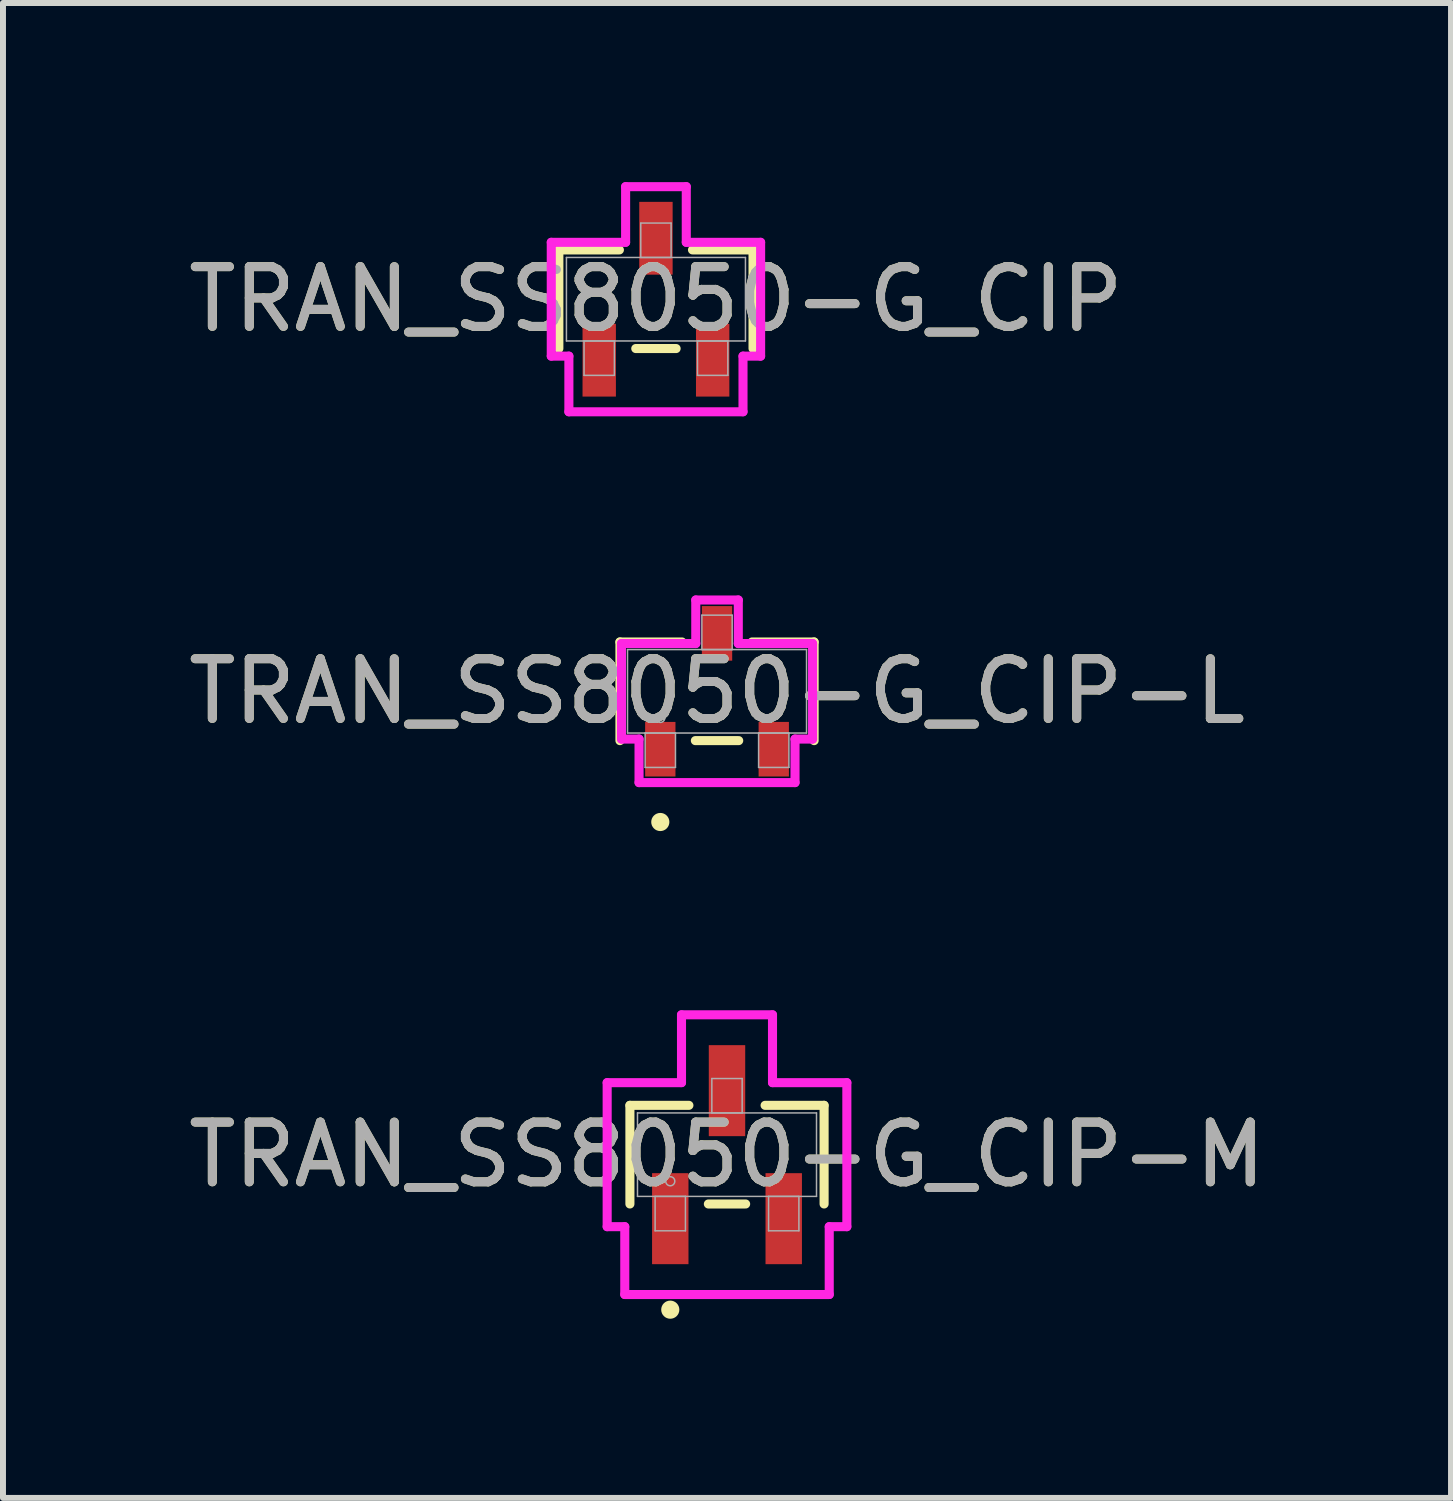
<source format=kicad_pcb>
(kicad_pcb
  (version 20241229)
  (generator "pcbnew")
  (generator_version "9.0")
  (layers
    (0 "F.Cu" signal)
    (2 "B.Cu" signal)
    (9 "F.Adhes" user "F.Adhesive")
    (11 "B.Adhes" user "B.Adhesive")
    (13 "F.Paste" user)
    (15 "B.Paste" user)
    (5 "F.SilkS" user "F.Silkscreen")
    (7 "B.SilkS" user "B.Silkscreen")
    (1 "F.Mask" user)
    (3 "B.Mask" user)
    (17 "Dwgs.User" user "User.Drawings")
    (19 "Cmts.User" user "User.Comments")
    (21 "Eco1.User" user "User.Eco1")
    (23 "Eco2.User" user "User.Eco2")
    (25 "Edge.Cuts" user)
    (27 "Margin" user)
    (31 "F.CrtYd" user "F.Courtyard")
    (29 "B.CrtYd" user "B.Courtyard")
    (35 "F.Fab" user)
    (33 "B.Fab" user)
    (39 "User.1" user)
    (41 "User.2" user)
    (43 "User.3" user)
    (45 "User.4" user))
  (footprint "TRAN_SS8050-G_CIP-L"
    (layer "F.Cu")
    (at 8.958 8.527)
    (property "Reference" "TRAN_SS8050-G_CIP-L" (at 0 0 0) (unlocked yes) (layer "F.SilkS") (effects (font (size 1 1) (thickness 0.15))))
    (attr smd)
    (fp_line (start -1.626 -0.826) (end -1.626 0.826) (stroke (width 0.152) (type solid)) (layer "F.SilkS"))
    (fp_line (start -0.587 -0.826) (end -1.626 -0.826) (stroke (width 0.152) (type solid)) (layer "F.SilkS"))
    (fp_line (start -0.363 0.826) (end 0.363 0.826) (stroke (width 0.152) (type solid)) (layer "F.SilkS"))
    (fp_line (start 1.626 -0.826) (end 0.587 -0.826) (stroke (width 0.152) (type solid)) (layer "F.SilkS"))
    (fp_line (start 1.626 0.826) (end 1.626 -0.826) (stroke (width 0.152) (type solid)) (layer "F.SilkS"))
    (fp_circle (center -0.95 2.189) (end -0.874 2.189) (stroke (width 0.152) (type solid)) (fill no) (layer "F.SilkS"))
    (fp_line (start -1.6 -0.8) (end -0.356 -0.8) (stroke (width 0.152) (type solid)) (layer "F.CrtYd"))
    (fp_line (start -1.6 0.8) (end -1.6 -0.8) (stroke (width 0.152) (type solid)) (layer "F.CrtYd"))
    (fp_line (start -1.6 0.8) (end -1.306 0.8) (stroke (width 0.152) (type solid)) (layer "F.CrtYd"))
    (fp_line (start -1.306 0.8) (end -1.306 1.529) (stroke (width 0.152) (type solid)) (layer "F.CrtYd"))
    (fp_line (start -1.306 1.529) (end 1.306 1.529) (stroke (width 0.152) (type solid)) (layer "F.CrtYd"))
    (fp_line (start -0.356 -1.529) (end 0.356 -1.529) (stroke (width 0.152) (type solid)) (layer "F.CrtYd"))
    (fp_line (start -0.356 -0.8) (end -0.356 -1.529) (stroke (width 0.152) (type solid)) (layer "F.CrtYd"))
    (fp_line (start 0.356 -0.8) (end 0.356 -1.529) (stroke (width 0.152) (type solid)) (layer "F.CrtYd"))
    (fp_line (start 1.306 0.8) (end 1.306 1.529) (stroke (width 0.152) (type solid)) (layer "F.CrtYd"))
    (fp_line (start 1.6 -0.8) (end 0.356 -0.8) (stroke (width 0.152) (type solid)) (layer "F.CrtYd"))
    (fp_line (start 1.6 -0.8) (end 1.6 0.8) (stroke (width 0.152) (type solid)) (layer "F.CrtYd"))
    (fp_line (start 1.6 0.8) (end 1.306 0.8) (stroke (width 0.152) (type solid)) (layer "F.CrtYd"))
    (fp_line (start -1.499 -0.699) (end -1.499 0.699) (stroke (width 0.025) (type solid)) (layer "F.Fab"))
    (fp_line (start -1.499 0.699) (end 1.499 0.699) (stroke (width 0.025) (type solid)) (layer "F.Fab"))
    (fp_line (start -1.204 0.699) (end -1.204 1.275) (stroke (width 0.025) (type solid)) (layer "F.Fab"))
    (fp_line (start -1.204 1.275) (end -0.696 1.275) (stroke (width 0.025) (type solid)) (layer "F.Fab"))
    (fp_line (start -0.696 0.699) (end -1.204 0.699) (stroke (width 0.025) (type solid)) (layer "F.Fab"))
    (fp_line (start -0.696 1.275) (end -0.696 0.699) (stroke (width 0.025) (type solid)) (layer "F.Fab"))
    (fp_line (start -0.254 -1.275) (end -0.254 -0.699) (stroke (width 0.025) (type solid)) (layer "F.Fab"))
    (fp_line (start -0.254 -0.699) (end 0.254 -0.699) (stroke (width 0.025) (type solid)) (layer "F.Fab"))
    (fp_line (start 0.254 -1.275) (end -0.254 -1.275) (stroke (width 0.025) (type solid)) (layer "F.Fab"))
    (fp_line (start 0.254 -0.699) (end 0.254 -1.275) (stroke (width 0.025) (type solid)) (layer "F.Fab"))
    (fp_line (start 0.696 0.699) (end 0.696 1.275) (stroke (width 0.025) (type solid)) (layer "F.Fab"))
    (fp_line (start 0.696 1.275) (end 1.204 1.275) (stroke (width 0.025) (type solid)) (layer "F.Fab"))
    (fp_line (start 1.204 0.699) (end 0.696 0.699) (stroke (width 0.025) (type solid)) (layer "F.Fab"))
    (fp_line (start 1.204 1.275) (end 1.204 0.699) (stroke (width 0.025) (type solid)) (layer "F.Fab"))
    (fp_line (start 1.499 -0.699) (end -1.499 -0.699) (stroke (width 0.025) (type solid)) (layer "F.Fab"))
    (fp_line (start 1.499 0.699) (end 1.499 -0.699) (stroke (width 0.025) (type solid)) (layer "F.Fab"))
    (fp_circle (center -0.95 0.445) (end -0.874 0.445) (stroke (width 0.025) (type solid)) (fill no) (layer "F.Fab"))
    (fp_text user "${REFERENCE}" (at 0 0 0) (unlocked yes) (layer "F.Fab") (effects (font (size 1 1) (thickness 0.15))))
    (pad "1" smd rect (at -0.95 0.97) (size 0.508 0.914) (layers "F.Cu" "F.Mask" "F.Paste"))
    (pad "2" smd rect (at 0.95 0.97) (size 0.508 0.914) (layers "F.Cu" "F.Mask" "F.Paste"))
    (pad "3" smd rect (at 0 -0.97) (size 0.508 0.914) (layers "F.Cu" "F.Mask" "F.Paste")))
  (footprint "TRAN_SS8050-G_CIP-M"
    (layer "F.Cu")
    (at 9.125 16.287)
    (property "Reference" "TRAN_SS8050-G_CIP-M" (at 0 0 0) (unlocked yes) (layer "F.SilkS") (effects (font (size 1 1) (thickness 0.15))))
    (attr smd)
    (fp_line (start -1.626 -0.826) (end -1.626 0.826) (stroke (width 0.152) (type solid)) (layer "F.SilkS"))
    (fp_line (start -0.638 -0.826) (end -1.626 -0.826) (stroke (width 0.152) (type solid)) (layer "F.SilkS"))
    (fp_line (start -0.312 0.826) (end 0.312 0.826) (stroke (width 0.152) (type solid)) (layer "F.SilkS"))
    (fp_line (start 1.626 -0.826) (end 0.638 -0.826) (stroke (width 0.152) (type solid)) (layer "F.SilkS"))
    (fp_line (start 1.626 0.826) (end 1.626 -0.826) (stroke (width 0.152) (type solid)) (layer "F.SilkS"))
    (fp_circle (center -0.95 2.596) (end -0.874 2.596) (stroke (width 0.152) (type solid)) (fill no) (layer "F.SilkS"))
    (fp_line (start -2.007 -1.206) (end -0.762 -1.206) (stroke (width 0.152) (type solid)) (layer "F.CrtYd"))
    (fp_line (start -2.007 1.206) (end -2.007 -1.206) (stroke (width 0.152) (type solid)) (layer "F.CrtYd"))
    (fp_line (start -2.007 1.206) (end -1.712 1.206) (stroke (width 0.152) (type solid)) (layer "F.CrtYd"))
    (fp_line (start -1.712 1.206) (end -1.712 2.342) (stroke (width 0.152) (type solid)) (layer "F.CrtYd"))
    (fp_line (start -1.712 2.342) (end 1.712 2.342) (stroke (width 0.152) (type solid)) (layer "F.CrtYd"))
    (fp_line (start -0.762 -2.342) (end 0.762 -2.342) (stroke (width 0.152) (type solid)) (layer "F.CrtYd"))
    (fp_line (start -0.762 -1.206) (end -0.762 -2.342) (stroke (width 0.152) (type solid)) (layer "F.CrtYd"))
    (fp_line (start 0.762 -1.206) (end 0.762 -2.342) (stroke (width 0.152) (type solid)) (layer "F.CrtYd"))
    (fp_line (start 1.712 1.206) (end 1.712 2.342) (stroke (width 0.152) (type solid)) (layer "F.CrtYd"))
    (fp_line (start 2.007 -1.206) (end 0.762 -1.206) (stroke (width 0.152) (type solid)) (layer "F.CrtYd"))
    (fp_line (start 2.007 -1.206) (end 2.007 1.206) (stroke (width 0.152) (type solid)) (layer "F.CrtYd"))
    (fp_line (start 2.007 1.206) (end 1.712 1.206) (stroke (width 0.152) (type solid)) (layer "F.CrtYd"))
    (fp_line (start -1.499 -0.699) (end -1.499 0.699) (stroke (width 0.025) (type solid)) (layer "F.Fab"))
    (fp_line (start -1.499 0.699) (end 1.499 0.699) (stroke (width 0.025) (type solid)) (layer "F.Fab"))
    (fp_line (start -1.204 0.699) (end -1.204 1.275) (stroke (width 0.025) (type solid)) (layer "F.Fab"))
    (fp_line (start -1.204 1.275) (end -0.696 1.275) (stroke (width 0.025) (type solid)) (layer "F.Fab"))
    (fp_line (start -0.696 0.699) (end -1.204 0.699) (stroke (width 0.025) (type solid)) (layer "F.Fab"))
    (fp_line (start -0.696 1.275) (end -0.696 0.699) (stroke (width 0.025) (type solid)) (layer "F.Fab"))
    (fp_line (start -0.254 -1.275) (end -0.254 -0.699) (stroke (width 0.025) (type solid)) (layer "F.Fab"))
    (fp_line (start -0.254 -0.699) (end 0.254 -0.699) (stroke (width 0.025) (type solid)) (layer "F.Fab"))
    (fp_line (start 0.254 -1.275) (end -0.254 -1.275) (stroke (width 0.025) (type solid)) (layer "F.Fab"))
    (fp_line (start 0.254 -0.699) (end 0.254 -1.275) (stroke (width 0.025) (type solid)) (layer "F.Fab"))
    (fp_line (start 0.696 0.699) (end 0.696 1.275) (stroke (width 0.025) (type solid)) (layer "F.Fab"))
    (fp_line (start 0.696 1.275) (end 1.204 1.275) (stroke (width 0.025) (type solid)) (layer "F.Fab"))
    (fp_line (start 1.204 0.699) (end 0.696 0.699) (stroke (width 0.025) (type solid)) (layer "F.Fab"))
    (fp_line (start 1.204 1.275) (end 1.204 0.699) (stroke (width 0.025) (type solid)) (layer "F.Fab"))
    (fp_line (start 1.499 -0.699) (end -1.499 -0.699) (stroke (width 0.025) (type solid)) (layer "F.Fab"))
    (fp_line (start 1.499 0.699) (end 1.499 -0.699) (stroke (width 0.025) (type solid)) (layer "F.Fab"))
    (fp_circle (center -0.95 0.445) (end -0.874 0.445) (stroke (width 0.025) (type solid)) (fill no) (layer "F.Fab"))
    (fp_text user "${REFERENCE}" (at 0 0 0) (unlocked yes) (layer "F.Fab") (effects (font (size 1 1) (thickness 0.15))))
    (pad "1" smd rect (at -0.95 1.072) (size 0.61 1.524) (layers "F.Cu" "F.Mask" "F.Paste"))
    (pad "2" smd rect (at 0.95 1.072) (size 0.61 1.524) (layers "F.Cu" "F.Mask" "F.Paste"))
    (pad "3" smd rect (at 0 -1.072) (size 0.61 1.524) (layers "F.Cu" "F.Mask" "F.Paste")))
  (footprint "TRAN_SS8050-G_CIP"
    (layer "F.Cu")
    (at 7.935 1.961)
    (property "Reference" "TRAN_SS8050-G_CIP" (at 0 0 0) (unlocked yes) (layer "F.SilkS") (effects (font (size 1 1) (thickness 0.15))))
    (attr smd)
    (fp_line (start -1.626 -0.826) (end -1.626 0.826) (stroke (width 0.152) (type solid)) (layer "F.SilkS"))
    (fp_line (start -0.612 -0.826) (end -1.626 -0.826) (stroke (width 0.152) (type solid)) (layer "F.SilkS"))
    (fp_line (start -0.338 0.826) (end 0.338 0.826) (stroke (width 0.152) (type solid)) (layer "F.SilkS"))
    (fp_line (start 1.626 -0.826) (end 0.612 -0.826) (stroke (width 0.152) (type solid)) (layer "F.SilkS"))
    (fp_line (start 1.626 0.826) (end 1.626 -0.826) (stroke (width 0.152) (type solid)) (layer "F.SilkS"))
    (fp_line (start -1.753 -0.953) (end -0.508 -0.953) (stroke (width 0.152) (type solid)) (layer "F.CrtYd"))
    (fp_line (start -1.753 0.953) (end -1.753 -0.953) (stroke (width 0.152) (type solid)) (layer "F.CrtYd"))
    (fp_line (start -1.753 0.953) (end -1.458 0.953) (stroke (width 0.152) (type solid)) (layer "F.CrtYd"))
    (fp_line (start -1.458 0.953) (end -1.458 1.885) (stroke (width 0.152) (type solid)) (layer "F.CrtYd"))
    (fp_line (start -1.458 1.885) (end 1.458 1.885) (stroke (width 0.152) (type solid)) (layer "F.CrtYd"))
    (fp_line (start -0.508 -1.885) (end 0.508 -1.885) (stroke (width 0.152) (type solid)) (layer "F.CrtYd"))
    (fp_line (start -0.508 -0.953) (end -0.508 -1.885) (stroke (width 0.152) (type solid)) (layer "F.CrtYd"))
    (fp_line (start 0.508 -0.953) (end 0.508 -1.885) (stroke (width 0.152) (type solid)) (layer "F.CrtYd"))
    (fp_line (start 1.458 0.953) (end 1.458 1.885) (stroke (width 0.152) (type solid)) (layer "F.CrtYd"))
    (fp_line (start 1.753 -0.953) (end 0.508 -0.953) (stroke (width 0.152) (type solid)) (layer "F.CrtYd"))
    (fp_line (start 1.753 -0.953) (end 1.753 0.953) (stroke (width 0.152) (type solid)) (layer "F.CrtYd"))
    (fp_line (start 1.753 0.953) (end 1.458 0.953) (stroke (width 0.152) (type solid)) (layer "F.CrtYd"))
    (fp_line (start -1.499 -0.699) (end -1.499 0.699) (stroke (width 0.025) (type solid)) (layer "F.Fab"))
    (fp_line (start -1.499 0.699) (end 1.499 0.699) (stroke (width 0.025) (type solid)) (layer "F.Fab"))
    (fp_line (start -1.204 0.699) (end -1.204 1.275) (stroke (width 0.025) (type solid)) (layer "F.Fab"))
    (fp_line (start -1.204 1.275) (end -0.696 1.275) (stroke (width 0.025) (type solid)) (layer "F.Fab"))
    (fp_line (start -0.696 0.699) (end -1.204 0.699) (stroke (width 0.025) (type solid)) (layer "F.Fab"))
    (fp_line (start -0.696 1.275) (end -0.696 0.699) (stroke (width 0.025) (type solid)) (layer "F.Fab"))
    (fp_line (start -0.254 -1.275) (end -0.254 -0.699) (stroke (width 0.025) (type solid)) (layer "F.Fab"))
    (fp_line (start -0.254 -0.699) (end 0.254 -0.699) (stroke (width 0.025) (type solid)) (layer "F.Fab"))
    (fp_line (start 0.254 -1.275) (end -0.254 -1.275) (stroke (width 0.025) (type solid)) (layer "F.Fab"))
    (fp_line (start 0.254 -0.699) (end 0.254 -1.275) (stroke (width 0.025) (type solid)) (layer "F.Fab"))
    (fp_line (start 0.696 0.699) (end 0.696 1.275) (stroke (width 0.025) (type solid)) (layer "F.Fab"))
    (fp_line (start 0.696 1.275) (end 1.204 1.275) (stroke (width 0.025) (type solid)) (layer "F.Fab"))
    (fp_line (start 1.204 0.699) (end 0.696 0.699) (stroke (width 0.025) (type solid)) (layer "F.Fab"))
    (fp_line (start 1.204 1.275) (end 1.204 0.699) (stroke (width 0.025) (type solid)) (layer "F.Fab"))
    (fp_line (start 1.499 -0.699) (end -1.499 -0.699) (stroke (width 0.025) (type solid)) (layer "F.Fab"))
    (fp_line (start 1.499 0.699) (end 1.499 -0.699) (stroke (width 0.025) (type solid)) (layer "F.Fab"))
    (fp_circle (center -0.95 0.445) (end -0.95 0.445) (stroke (width 0.025) (type solid)) (fill no) (layer "F.Fab"))
    (fp_text user "${REFERENCE}" (at 0 0 0) (unlocked yes) (layer "F.Fab") (effects (font (size 1 1) (thickness 0.15))))
    (pad "1" smd rect (at -0.95 1.021) (size 0.559 1.219) (layers "F.Cu" "F.Mask" "F.Paste"))
    (pad "2" smd rect (at 0.95 1.021) (size 0.559 1.219) (layers "F.Cu" "F.Mask" "F.Paste"))
    (pad "3" smd rect (at 0 -1.021) (size 0.559 1.219) (layers "F.Cu" "F.Mask" "F.Paste")))
  (gr_rect
    (start -3 -3)
    (end 21.25 22.035)
    (stroke (width 0.1) (type default))
    (fill no)
    (layer "Edge.Cuts")))
</source>
